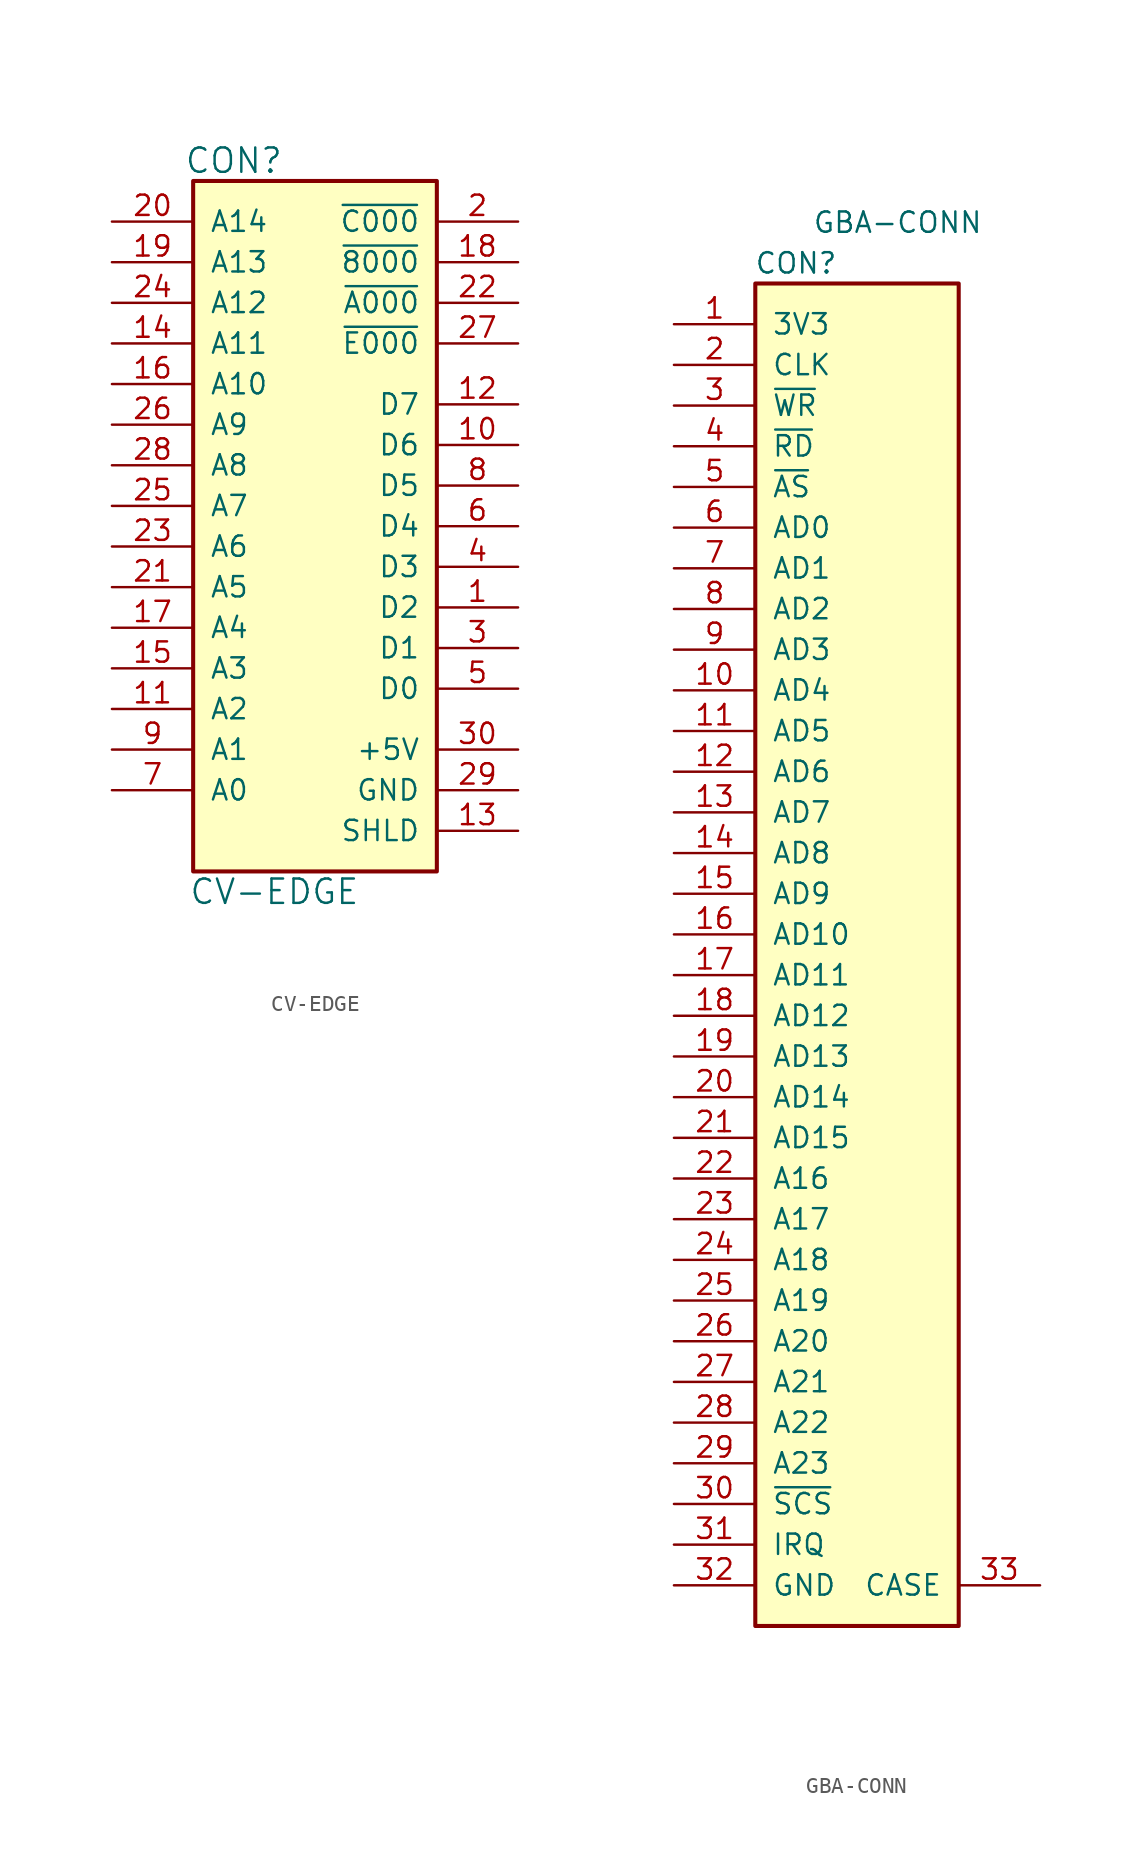
<source format=kicad_sym>
(kicad_symbol_lib
  (version 20220914)
  (generator kicad_symbol_editor)
  (symbol "CV-EDGE"
    (pin_names
      (offset 1.016))
    (property "Reference" "CON"
      (at 2.54 1.27 0)
      (effects (font (size 1.524 1.524))))
    (property "Value" "CV-EDGE"
      (at 5.08 -44.45 0)
      (effects (font (size 1.524 1.524))))
    (property "Footprint" ""
      (at 2.54 1.27 0)
      (effects (font (size 1.524 1.524))))
    (property "Datasheet" ""
      (at 2.54 1.27 0)
      (effects (font (size 1.524 1.524))))
    (symbol "CV-EDGE_0_1"
      (rectangle (start 0 0) (end 15.24 -43.18) (stroke (width 0.254) (type default)) (fill (type background))))
    (symbol "CV-EDGE_1_1"
      (pin passive line (at 20.32 -26.67 180) (length 5.08) (name "D2" (effects (font (size 1.27 1.27)))) (number "1" (effects (font (size 1.27 1.27)))))
      (pin passive line (at 20.32 -16.51 180) (length 5.08) (name "D6" (effects (font (size 1.27 1.27)))) (number "10" (effects (font (size 1.27 1.27)))))
      (pin passive line (at -5.08 -33.02 0) (length 5.08) (name "A2" (effects (font (size 1.27 1.27)))) (number "11" (effects (font (size 1.27 1.27)))))
      (pin passive line (at 20.32 -13.97 180) (length 5.08) (name "D7" (effects (font (size 1.27 1.27)))) (number "12" (effects (font (size 1.27 1.27)))))
      (pin passive line (at 20.32 -40.64 180) (length 5.08) (name "SHLD" (effects (font (size 1.27 1.27)))) (number "13" (effects (font (size 1.27 1.27)))))
      (pin passive line (at -5.08 -10.16 0) (length 5.08) (name "A11" (effects (font (size 1.27 1.27)))) (number "14" (effects (font (size 1.27 1.27)))))
      (pin passive line (at -5.08 -30.48 0) (length 5.08) (name "A3" (effects (font (size 1.27 1.27)))) (number "15" (effects (font (size 1.27 1.27)))))
      (pin passive line (at -5.08 -12.7 0) (length 5.08) (name "A10" (effects (font (size 1.27 1.27)))) (number "16" (effects (font (size 1.27 1.27)))))
      (pin passive line (at -5.08 -27.94 0) (length 5.08) (name "A4" (effects (font (size 1.27 1.27)))) (number "17" (effects (font (size 1.27 1.27)))))
      (pin passive line (at 20.32 -5.08 180) (length 5.08) (name "~{8000}" (effects (font (size 1.27 1.27)))) (number "18" (effects (font (size 1.27 1.27)))))
      (pin passive line (at -5.08 -5.08 0) (length 5.08) (name "A13" (effects (font (size 1.27 1.27)))) (number "19" (effects (font (size 1.27 1.27)))))
      (pin passive line (at 20.32 -2.54 180) (length 5.08) (name "~{C000}" (effects (font (size 1.27 1.27)))) (number "2" (effects (font (size 1.27 1.27)))))
      (pin passive line (at -5.08 -2.54 0) (length 5.08) (name "A14" (effects (font (size 1.27 1.27)))) (number "20" (effects (font (size 1.27 1.27)))))
      (pin passive line (at -5.08 -25.4 0) (length 5.08) (name "A5" (effects (font (size 1.27 1.27)))) (number "21" (effects (font (size 1.27 1.27)))))
      (pin passive line (at 20.32 -7.62 180) (length 5.08) (name "~{A000}" (effects (font (size 1.27 1.27)))) (number "22" (effects (font (size 1.27 1.27)))))
      (pin passive line (at -5.08 -22.86 0) (length 5.08) (name "A6" (effects (font (size 1.27 1.27)))) (number "23" (effects (font (size 1.27 1.27)))))
      (pin passive line (at -5.08 -7.62 0) (length 5.08) (name "A12" (effects (font (size 1.27 1.27)))) (number "24" (effects (font (size 1.27 1.27)))))
      (pin passive line (at -5.08 -20.32 0) (length 5.08) (name "A7" (effects (font (size 1.27 1.27)))) (number "25" (effects (font (size 1.27 1.27)))))
      (pin passive line (at -5.08 -15.24 0) (length 5.08) (name "A9" (effects (font (size 1.27 1.27)))) (number "26" (effects (font (size 1.27 1.27)))))
      (pin passive line (at 20.32 -10.16 180) (length 5.08) (name "~{E000}" (effects (font (size 1.27 1.27)))) (number "27" (effects (font (size 1.27 1.27)))))
      (pin passive line (at -5.08 -17.78 0) (length 5.08) (name "A8" (effects (font (size 1.27 1.27)))) (number "28" (effects (font (size 1.27 1.27)))))
      (pin passive line (at 20.32 -38.1 180) (length 5.08) (name "GND" (effects (font (size 1.27 1.27)))) (number "29" (effects (font (size 1.27 1.27)))))
      (pin passive line (at 20.32 -29.21 180) (length 5.08) (name "D1" (effects (font (size 1.27 1.27)))) (number "3" (effects (font (size 1.27 1.27)))))
      (pin passive line (at 20.32 -35.56 180) (length 5.08) (name "+5V" (effects (font (size 1.27 1.27)))) (number "30" (effects (font (size 1.27 1.27)))))
      (pin passive line (at 20.32 -24.13 180) (length 5.08) (name "D3" (effects (font (size 1.27 1.27)))) (number "4" (effects (font (size 1.27 1.27)))))
      (pin passive line (at 20.32 -31.75 180) (length 5.08) (name "D0" (effects (font (size 1.27 1.27)))) (number "5" (effects (font (size 1.27 1.27)))))
      (pin passive line (at 20.32 -21.59 180) (length 5.08) (name "D4" (effects (font (size 1.27 1.27)))) (number "6" (effects (font (size 1.27 1.27)))))
      (pin passive line (at -5.08 -38.1 0) (length 5.08) (name "A0" (effects (font (size 1.27 1.27)))) (number "7" (effects (font (size 1.27 1.27)))))
      (pin passive line (at 20.32 -19.05 180) (length 5.08) (name "D5" (effects (font (size 1.27 1.27)))) (number "8" (effects (font (size 1.27 1.27)))))
      (pin passive line (at -5.08 -35.56 0) (length 5.08) (name "A1" (effects (font (size 1.27 1.27)))) (number "9" (effects (font (size 1.27 1.27)))))))
  (symbol "GBA-CONN"
    (pin_names
      (offset 1.016))
    (property "Reference" "CON"
      (at 2.54 1.27 0)
      (effects (font (size 1.27 1.27))))
    (property "Value" "GBA-CONN"
      (at 8.89 3.81 0)
      (effects (font (size 1.27 1.27))))
    (symbol "GBA-CONN_0_1"
      (rectangle (start 0 0) (end 12.7 -83.82) (stroke (width 0.254) (type default)) (fill (type background))))
    (symbol "GBA-CONN_1_1"
      (pin power_in line (at -5.08 -2.54 0) (length 5.08) (name "3V3" (effects (font (size 1.27 1.27)))) (number "1" (effects (font (size 1.27 1.27)))))
      (pin bidirectional line (at -5.08 -25.4 0) (length 5.08) (name "AD4" (effects (font (size 1.27 1.27)))) (number "10" (effects (font (size 1.27 1.27)))))
      (pin bidirectional line (at -5.08 -27.94 0) (length 5.08) (name "AD5" (effects (font (size 1.27 1.27)))) (number "11" (effects (font (size 1.27 1.27)))))
      (pin bidirectional line (at -5.08 -30.48 0) (length 5.08) (name "AD6" (effects (font (size 1.27 1.27)))) (number "12" (effects (font (size 1.27 1.27)))))
      (pin bidirectional line (at -5.08 -33.02 0) (length 5.08) (name "AD7" (effects (font (size 1.27 1.27)))) (number "13" (effects (font (size 1.27 1.27)))))
      (pin bidirectional line (at -5.08 -35.56 0) (length 5.08) (name "AD8" (effects (font (size 1.27 1.27)))) (number "14" (effects (font (size 1.27 1.27)))))
      (pin bidirectional line (at -5.08 -38.1 0) (length 5.08) (name "AD9" (effects (font (size 1.27 1.27)))) (number "15" (effects (font (size 1.27 1.27)))))
      (pin bidirectional line (at -5.08 -40.64 0) (length 5.08) (name "AD10" (effects (font (size 1.27 1.27)))) (number "16" (effects (font (size 1.27 1.27)))))
      (pin bidirectional line (at -5.08 -43.18 0) (length 5.08) (name "AD11" (effects (font (size 1.27 1.27)))) (number "17" (effects (font (size 1.27 1.27)))))
      (pin bidirectional line (at -5.08 -45.72 0) (length 5.08) (name "AD12" (effects (font (size 1.27 1.27)))) (number "18" (effects (font (size 1.27 1.27)))))
      (pin bidirectional line (at -5.08 -48.26 0) (length 5.08) (name "AD13" (effects (font (size 1.27 1.27)))) (number "19" (effects (font (size 1.27 1.27)))))
      (pin input line (at -5.08 -5.08 0) (length 5.08) (name "CLK" (effects (font (size 1.27 1.27)))) (number "2" (effects (font (size 1.27 1.27)))))
      (pin bidirectional line (at -5.08 -50.8 0) (length 5.08) (name "AD14" (effects (font (size 1.27 1.27)))) (number "20" (effects (font (size 1.27 1.27)))))
      (pin bidirectional line (at -5.08 -53.34 0) (length 5.08) (name "AD15" (effects (font (size 1.27 1.27)))) (number "21" (effects (font (size 1.27 1.27)))))
      (pin input line (at -5.08 -55.88 0) (length 5.08) (name "A16" (effects (font (size 1.27 1.27)))) (number "22" (effects (font (size 1.27 1.27)))))
      (pin input line (at -5.08 -58.42 0) (length 5.08) (name "A17" (effects (font (size 1.27 1.27)))) (number "23" (effects (font (size 1.27 1.27)))))
      (pin input line (at -5.08 -60.96 0) (length 5.08) (name "A18" (effects (font (size 1.27 1.27)))) (number "24" (effects (font (size 1.27 1.27)))))
      (pin input line (at -5.08 -63.5 0) (length 5.08) (name "A19" (effects (font (size 1.27 1.27)))) (number "25" (effects (font (size 1.27 1.27)))))
      (pin input line (at -5.08 -66.04 0) (length 5.08) (name "A20" (effects (font (size 1.27 1.27)))) (number "26" (effects (font (size 1.27 1.27)))))
      (pin input line (at -5.08 -68.58 0) (length 5.08) (name "A21" (effects (font (size 1.27 1.27)))) (number "27" (effects (font (size 1.27 1.27)))))
      (pin input line (at -5.08 -71.12 0) (length 5.08) (name "A22" (effects (font (size 1.27 1.27)))) (number "28" (effects (font (size 1.27 1.27)))))
      (pin input line (at -5.08 -73.66 0) (length 5.08) (name "A23" (effects (font (size 1.27 1.27)))) (number "29" (effects (font (size 1.27 1.27)))))
      (pin input line (at -5.08 -7.62 0) (length 5.08) (name "~{WR}" (effects (font (size 1.27 1.27)))) (number "3" (effects (font (size 1.27 1.27)))))
      (pin input line (at -5.08 -76.2 0) (length 5.08) (name "~{SCS}" (effects (font (size 1.27 1.27)))) (number "30" (effects (font (size 1.27 1.27)))))
      (pin input line (at -5.08 -78.74 0) (length 5.08) (name "IRQ" (effects (font (size 1.27 1.27)))) (number "31" (effects (font (size 1.27 1.27)))))
      (pin power_in line (at -5.08 -81.28 0) (length 5.08) (name "GND" (effects (font (size 1.27 1.27)))) (number "32" (effects (font (size 1.27 1.27)))))
      (pin passive line (at 17.78 -81.28 180) (length 5.08) (name "CASE" (effects (font (size 1.27 1.27)))) (number "33" (effects (font (size 1.27 1.27)))))
      (pin input line (at -5.08 -10.16 0) (length 5.08) (name "~{RD}" (effects (font (size 1.27 1.27)))) (number "4" (effects (font (size 1.27 1.27)))))
      (pin input line (at -5.08 -12.7 0) (length 5.08) (name "~{AS}" (effects (font (size 1.27 1.27)))) (number "5" (effects (font (size 1.27 1.27)))))
      (pin bidirectional line (at -5.08 -15.24 0) (length 5.08) (name "AD0" (effects (font (size 1.27 1.27)))) (number "6" (effects (font (size 1.27 1.27)))))
      (pin bidirectional line (at -5.08 -17.78 0) (length 5.08) (name "AD1" (effects (font (size 1.27 1.27)))) (number "7" (effects (font (size 1.27 1.27)))))
      (pin bidirectional line (at -5.08 -20.32 0) (length 5.08) (name "AD2" (effects (font (size 1.27 1.27)))) (number "8" (effects (font (size 1.27 1.27)))))
      (pin bidirectional line (at -5.08 -22.86 0) (length 5.08) (name "AD3" (effects (font (size 1.27 1.27)))) (number "9" (effects (font (size 1.27 1.27))))))))
</source>
